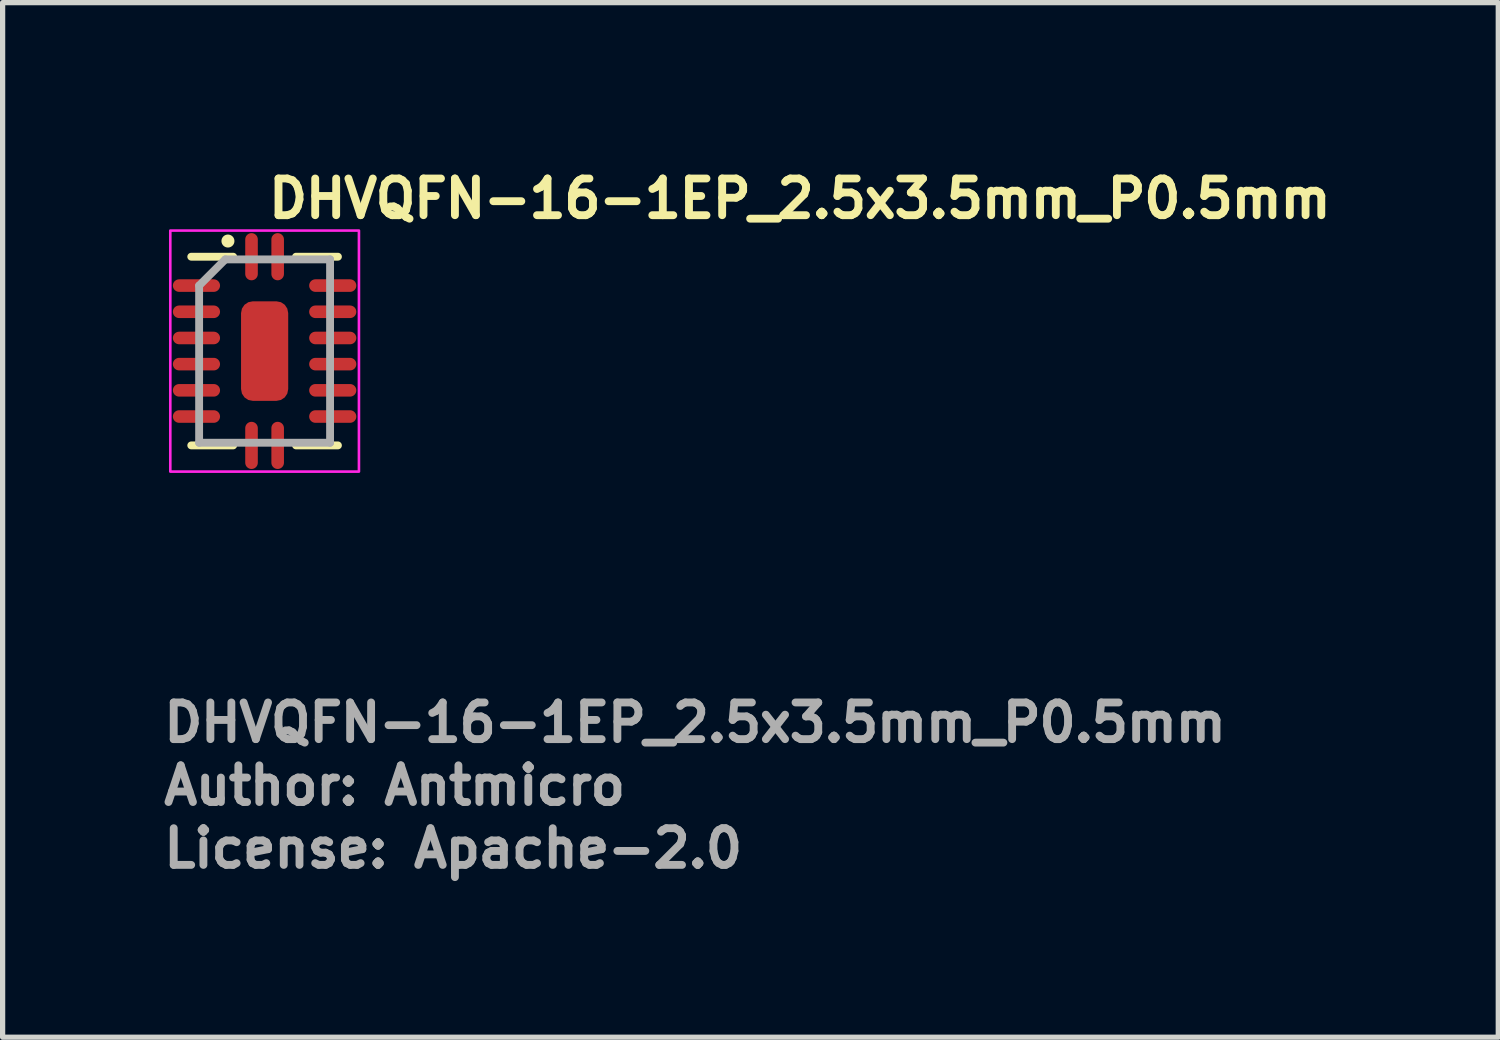
<source format=kicad_pcb>
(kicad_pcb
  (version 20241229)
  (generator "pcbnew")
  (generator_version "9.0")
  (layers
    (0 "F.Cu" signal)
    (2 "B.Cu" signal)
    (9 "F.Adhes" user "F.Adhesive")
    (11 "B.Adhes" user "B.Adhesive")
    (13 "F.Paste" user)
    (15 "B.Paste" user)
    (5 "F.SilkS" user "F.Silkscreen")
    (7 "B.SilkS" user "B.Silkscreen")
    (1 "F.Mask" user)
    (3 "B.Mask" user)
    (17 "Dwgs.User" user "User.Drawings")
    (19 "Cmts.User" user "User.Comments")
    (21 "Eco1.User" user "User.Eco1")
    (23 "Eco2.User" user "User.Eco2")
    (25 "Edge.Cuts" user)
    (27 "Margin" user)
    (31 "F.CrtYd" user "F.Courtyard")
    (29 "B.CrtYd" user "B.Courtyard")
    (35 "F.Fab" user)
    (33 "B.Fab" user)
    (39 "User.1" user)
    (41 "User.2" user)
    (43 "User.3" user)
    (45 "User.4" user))
  (footprint "DHVQFN-16-1EP_2.5x3.5mm_P0.5mm"
    (layer "F.Cu")
    (at 2 3.65)
    (property "Reference" "DHVQFN-16-1EP_2.5x3.5mm_P0.5mm" (at 0 -2.5 0) (unlocked yes) (layer "F.SilkS") (effects (font (size 0.7 0.7) (thickness 0.15)) (justify left bottom)))
    (attr smd)
    (fp_line (start -1.4 1.8) (end -0.6 1.8) (stroke (width 0.15) (type solid)) (layer "F.SilkS"))
    (fp_line (start -0.6 -1.801) (end -1.4 -1.801) (stroke (width 0.15) (type solid)) (layer "F.SilkS"))
    (fp_line (start 0.599 -1.801) (end 1.399 -1.801) (stroke (width 0.15) (type solid)) (layer "F.SilkS"))
    (fp_line (start 0.599 1.8) (end 1.399 1.8) (stroke (width 0.15) (type solid)) (layer "F.SilkS"))
    (fp_circle (center -0.7 -2.1) (end -0.651 -2.1) (stroke (width 0.15) (type solid)) (fill yes) (layer "F.SilkS"))
    (fp_rect (start -1.8 2.3) (end 1.8 -2.3) (stroke (width 0.05) (type solid)) (fill no) (layer "F.CrtYd"))
    (fp_line (start -1.25 -1.25) (end -1.25 1.749) (stroke (width 0.15) (type solid)) (layer "F.Fab"))
    (fp_line (start -1.25 -1.25) (end -0.75 -1.75) (stroke (width 0.15) (type solid)) (layer "F.Fab"))
    (fp_line (start -1.25 1.749) (end 1.249 1.749) (stroke (width 0.15) (type solid)) (layer "F.Fab"))
    (fp_line (start 1.249 -1.75) (end -0.75 -1.75) (stroke (width 0.15) (type solid)) (layer "F.Fab"))
    (fp_line (start 1.249 1.749) (end 1.249 -1.75) (stroke (width 0.15) (type solid)) (layer "F.Fab"))
    (fp_rect (start -1.25 -1.75) (end 1.25 1.75) (stroke (width 0.15) (type solid)) (fill no) (layer "User.5"))
    (fp_line (start -1.25 -1.75) (end -1.25 1.75) (stroke (width 0.01) (type solid)) (layer "User.9"))
    (fp_line (start -1.25 1.75) (end 1.25 1.75) (stroke (width 0.01) (type solid)) (layer "User.9"))
    (fp_line (start 1.25 -1.75) (end -1.25 -1.75) (stroke (width 0.01) (type solid)) (layer "User.9"))
    (fp_line (start 1.25 1.75) (end 1.25 -1.75) (stroke (width 0.01) (type solid)) (layer "User.9"))
    (fp_text user "Author: Antmicro" (at -2 8.699 0) (layer "F.Fab") (effects (font (size 0.7 0.7) (thickness 0.15)) (justify left bottom)))
    (fp_text user "${REFERENCE}" (at -2 7.499 0) (unlocked yes) (layer "F.Fab") (effects (font (size 0.7 0.7) (thickness 0.15)) (justify left bottom)))
    (fp_text user "License: Apache-2.0" (at -2 9.899 0) (layer "F.Fab") (effects (font (size 0.7 0.7) (thickness 0.15)) (justify left bottom)))
    (pad "" smd roundrect (at 0 -0.5) (size 0.4 0.4) (layers "F.Paste") (roundrect_rratio 0.25))
    (pad "" smd roundrect (at 0 0.499) (size 0.4 0.4) (layers "F.Paste") (roundrect_rratio 0.25))
    (pad "1" smd oval (at -0.25 -1.801) (size 0.24 0.9) (layers "F.Cu" "F.Mask" "F.Paste"))
    (pad "2" smd oval (at -1.301 -1.25 270) (size 0.24 0.9) (layers "F.Cu" "F.Mask" "F.Paste"))
    (pad "3" smd oval (at -1.301 -0.75 270) (size 0.24 0.9) (layers "F.Cu" "F.Mask" "F.Paste"))
    (pad "4" smd oval (at -1.301 -0.25 270) (size 0.24 0.9) (layers "F.Cu" "F.Mask" "F.Paste"))
    (pad "5" smd oval (at -1.301 0.249 270) (size 0.24 0.9) (layers "F.Cu" "F.Mask" "F.Paste"))
    (pad "6" smd oval (at -1.301 0.749 270) (size 0.24 0.9) (layers "F.Cu" "F.Mask" "F.Paste"))
    (pad "7" smd oval (at -1.301 1.249 270) (size 0.24 0.9) (layers "F.Cu" "F.Mask" "F.Paste"))
    (pad "8" smd oval (at -0.25 1.8) (size 0.24 0.9) (layers "F.Cu" "F.Mask" "F.Paste"))
    (pad "9" smd oval (at 0.249 1.8) (size 0.24 0.9) (layers "F.Cu" "F.Mask" "F.Paste"))
    (pad "10" smd oval (at 1.3 1.249 270) (size 0.24 0.9) (layers "F.Cu" "F.Mask" "F.Paste"))
    (pad "11" smd oval (at 1.3 0.749 270) (size 0.24 0.9) (layers "F.Cu" "F.Mask" "F.Paste"))
    (pad "12" smd oval (at 1.3 0.249 270) (size 0.24 0.9) (layers "F.Cu" "F.Mask" "F.Paste"))
    (pad "13" smd oval (at 1.3 -0.25 270) (size 0.24 0.9) (layers "F.Cu" "F.Mask" "F.Paste"))
    (pad "14" smd oval (at 1.3 -0.75 270) (size 0.24 0.9) (layers "F.Cu" "F.Mask" "F.Paste"))
    (pad "15" smd oval (at 1.3 -1.25 270) (size 0.24 0.9) (layers "F.Cu" "F.Mask" "F.Paste"))
    (pad "16" smd oval (at 0.249 -1.801) (size 0.24 0.9) (layers "F.Cu" "F.Mask" "F.Paste"))
    (pad "17" smd roundrect (at 0 0) (size 0.9 1.9) (layers "F.Cu" "F.Mask") (roundrect_rratio 0.25)))
  (gr_rect
    (start -3 -3)
    (end 25.543 16.744)
    (stroke (width 0.1) (type default))
    (fill no)
    (layer "Edge.Cuts")))
</source>
